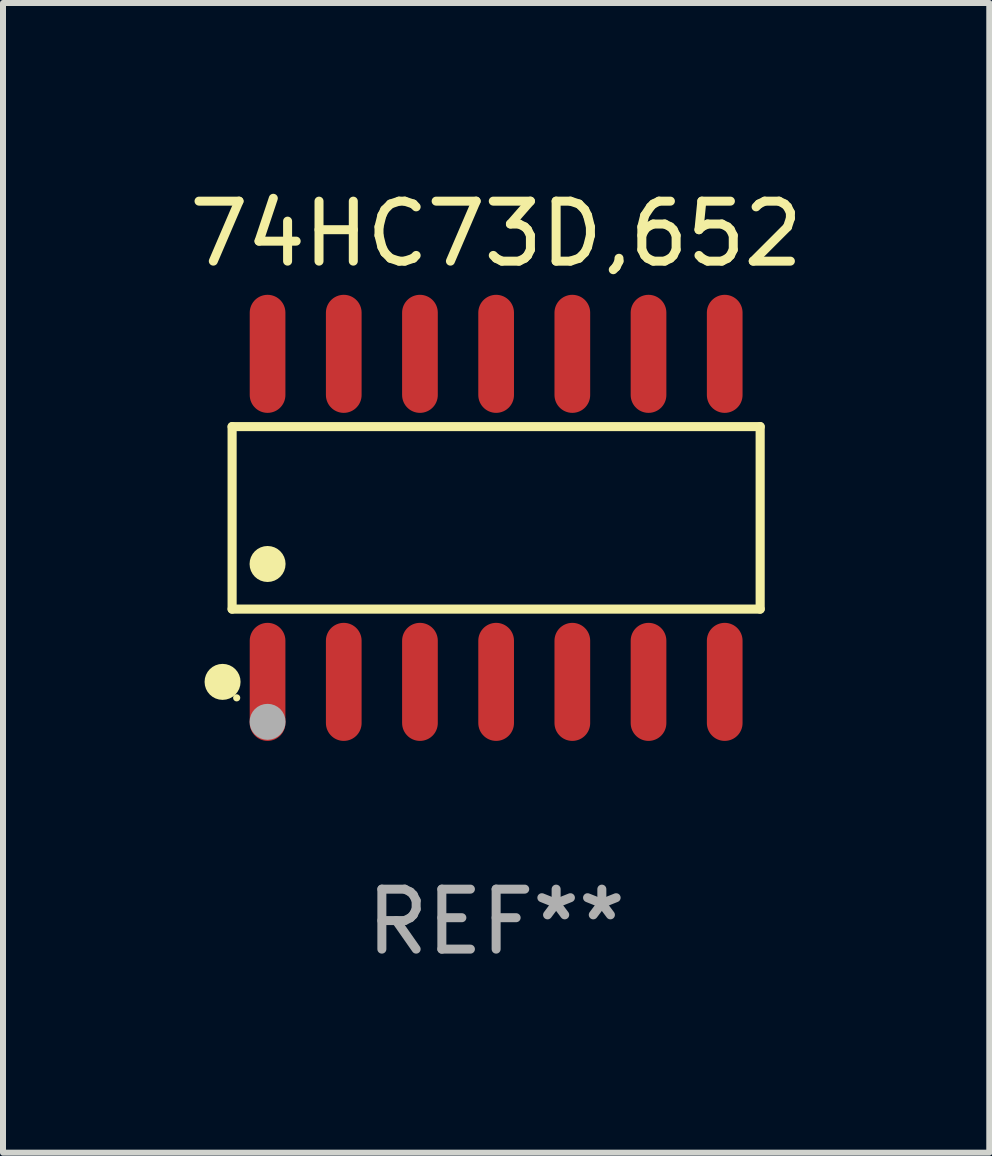
<source format=kicad_pcb>
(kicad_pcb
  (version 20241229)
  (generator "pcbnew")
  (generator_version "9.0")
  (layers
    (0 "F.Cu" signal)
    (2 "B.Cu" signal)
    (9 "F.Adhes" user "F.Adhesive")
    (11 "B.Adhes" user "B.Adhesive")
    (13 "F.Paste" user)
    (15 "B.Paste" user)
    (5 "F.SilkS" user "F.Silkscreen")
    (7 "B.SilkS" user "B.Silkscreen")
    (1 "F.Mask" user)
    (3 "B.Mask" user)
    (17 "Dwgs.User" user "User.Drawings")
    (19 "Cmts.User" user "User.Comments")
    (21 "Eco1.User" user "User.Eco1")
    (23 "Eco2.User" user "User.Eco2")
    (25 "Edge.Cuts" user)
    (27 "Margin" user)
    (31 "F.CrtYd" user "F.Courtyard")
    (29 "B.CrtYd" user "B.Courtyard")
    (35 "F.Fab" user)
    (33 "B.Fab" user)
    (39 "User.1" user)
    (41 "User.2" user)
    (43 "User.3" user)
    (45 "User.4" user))
  (footprint "74HC73D,652"
    (layer "F.Cu")
    (at 5.22 5.582)
    (property "Reference" "74HC73D,652" (at 0 -4.734 0) (layer "F.SilkS") (effects (font (size 1 1) (thickness 0.15))))
    (attr through_hole)
    (fp_line (start -4.401 -1.521) (end 4.401 -1.521) (stroke (width 0.152) (type solid)) (layer "F.SilkS"))
    (fp_line (start -4.401 1.521) (end -4.401 -1.521) (stroke (width 0.152) (type solid)) (layer "F.SilkS"))
    (fp_line (start 4.401 -1.521) (end 4.401 1.521) (stroke (width 0.152) (type solid)) (layer "F.SilkS"))
    (fp_line (start 4.401 1.521) (end -4.401 1.521) (stroke (width 0.152) (type solid)) (layer "F.SilkS"))
    (fp_circle (center -4.56 2.734) (end -4.41 2.734) (stroke (width 0.3) (type solid)) (fill no) (layer "F.SilkS"))
    (fp_circle (center -4.325 3) (end -4.295 3) (stroke (width 0.06) (type solid)) (fill no) (layer "F.SilkS"))
    (fp_circle (center -3.81 0.769) (end -3.66 0.769) (stroke (width 0.3) (type solid)) (fill no) (layer "F.SilkS"))
    (fp_circle (center -3.81 3.4) (end -3.66 3.4) (stroke (width 0.3) (type solid)) (fill no) (layer "F.Fab"))
    (fp_text user "REF**" (at 0 6.734 0) (layer "F.Fab") (effects (font (size 1 1) (thickness 0.15))))
    (pad "1" smd oval (at -3.81 2.734) (size 0.595 1.968) (layers "F.Cu" "F.Mask" "F.Paste"))
    (pad "2" smd oval (at -2.54 2.734) (size 0.595 1.968) (layers "F.Cu" "F.Mask" "F.Paste"))
    (pad "3" smd oval (at -1.27 2.734) (size 0.595 1.968) (layers "F.Cu" "F.Mask" "F.Paste"))
    (pad "4" smd oval (at 0 2.734) (size 0.595 1.968) (layers "F.Cu" "F.Mask" "F.Paste"))
    (pad "5" smd oval (at 1.27 2.734) (size 0.595 1.968) (layers "F.Cu" "F.Mask" "F.Paste"))
    (pad "6" smd oval (at 2.54 2.734) (size 0.595 1.968) (layers "F.Cu" "F.Mask" "F.Paste"))
    (pad "7" smd oval (at 3.81 2.734) (size 0.595 1.968) (layers "F.Cu" "F.Mask" "F.Paste"))
    (pad "8" smd oval (at 3.81 -2.734) (size 0.595 1.968) (layers "F.Cu" "F.Mask" "F.Paste"))
    (pad "9" smd oval (at 2.54 -2.734) (size 0.595 1.968) (layers "F.Cu" "F.Mask" "F.Paste"))
    (pad "10" smd oval (at 1.27 -2.734) (size 0.595 1.968) (layers "F.Cu" "F.Mask" "F.Paste"))
    (pad "11" smd oval (at 0 -2.734) (size 0.595 1.968) (layers "F.Cu" "F.Mask" "F.Paste"))
    (pad "12" smd oval (at -1.27 -2.734) (size 0.595 1.968) (layers "F.Cu" "F.Mask" "F.Paste"))
    (pad "13" smd oval (at -2.54 -2.734) (size 0.595 1.968) (layers "F.Cu" "F.Mask" "F.Paste"))
    (pad "14" smd oval (at -3.81 -2.734) (size 0.595 1.968) (layers "F.Cu" "F.Mask" "F.Paste")))
  (gr_rect
    (start -3 -3)
    (end 13.44 16.164)
    (stroke (width 0.1) (type default))
    (fill no)
    (layer "Edge.Cuts")))
</source>
